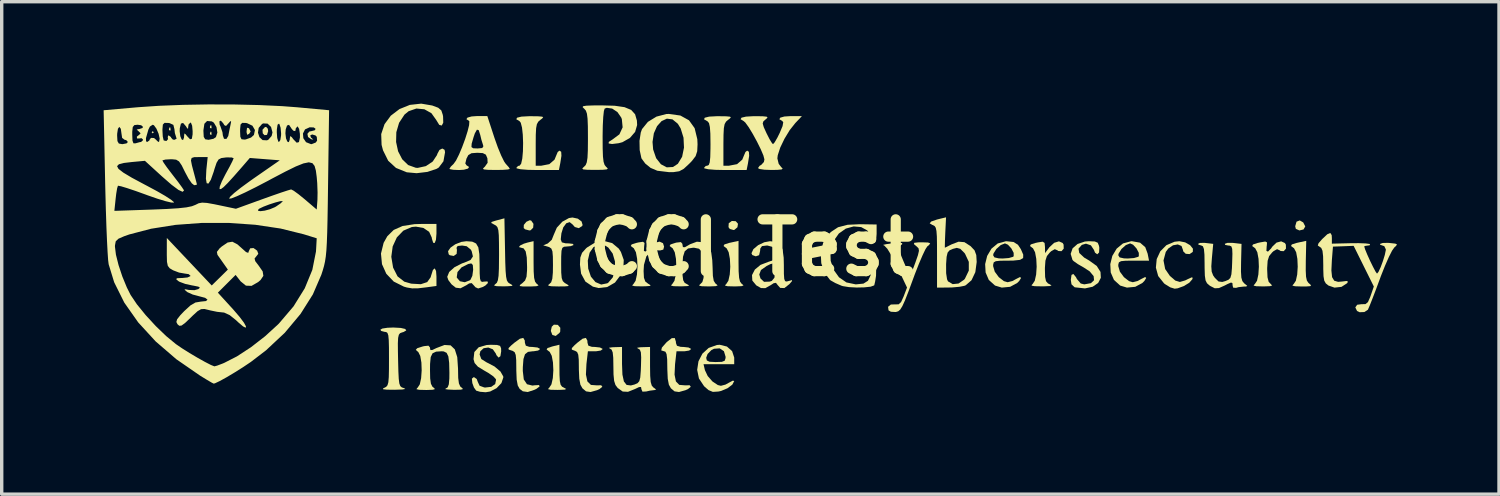
<source format=kicad_pcb>
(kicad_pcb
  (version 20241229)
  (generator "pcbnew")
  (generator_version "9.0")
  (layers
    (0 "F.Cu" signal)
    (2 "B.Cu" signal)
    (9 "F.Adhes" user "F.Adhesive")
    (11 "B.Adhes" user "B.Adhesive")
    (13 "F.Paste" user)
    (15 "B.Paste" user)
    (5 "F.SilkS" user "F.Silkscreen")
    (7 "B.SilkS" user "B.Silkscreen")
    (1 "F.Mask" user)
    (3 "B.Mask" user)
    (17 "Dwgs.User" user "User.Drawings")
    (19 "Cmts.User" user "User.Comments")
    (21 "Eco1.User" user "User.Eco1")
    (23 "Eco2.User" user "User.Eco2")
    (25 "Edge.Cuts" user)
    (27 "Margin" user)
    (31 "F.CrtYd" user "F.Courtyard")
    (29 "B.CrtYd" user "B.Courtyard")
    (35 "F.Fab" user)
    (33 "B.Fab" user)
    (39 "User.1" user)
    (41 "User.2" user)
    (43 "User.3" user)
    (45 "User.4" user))
  (footprint "CCI Test"
    (layer "F.Cu")
    (at 19.066 4.24)
    (property "Reference" "CCI Test" (at 0 0 0) (layer "F.SilkS") (effects (font (size 1.524 1.524) (thickness 0.3))))
    (attr board_only exclude_from_pos_files exclude_from_bom)
    (fp_poly (pts (xy -17.59 -3.397) (xy -17.621 -3.365) (xy -17.653 -3.397) (xy -17.621 -3.429)) (stroke (width 0) (type solid)) (fill yes) (layer "F.SilkS"))
    (fp_poly (pts (xy -17.103 -3.535) (xy -17.095 -3.459) (xy -17.103 -3.45) (xy -17.14 -3.459) (xy -17.145 -3.493) (xy -17.122 -3.545)) (stroke (width 0) (type solid)) (fill yes) (layer "F.SilkS"))
    (fp_poly (pts (xy -15.896 -3.598) (xy -15.889 -3.523) (xy -15.896 -3.514) (xy -15.934 -3.522) (xy -15.938 -3.556) (xy -15.915 -3.608)) (stroke (width 0) (type solid)) (fill yes) (layer "F.SilkS"))
    (fp_poly (pts (xy -15.896 -3.408) (xy -15.889 -3.332) (xy -15.896 -3.323) (xy -15.934 -3.332) (xy -15.938 -3.365) (xy -15.915 -3.418)) (stroke (width 0) (type solid)) (fill yes) (layer "F.SilkS"))
    (fp_poly (pts (xy -14.798 -3.52) (xy -14.783 -3.505) (xy -14.739 -3.419) (xy -14.783 -3.353) (xy -14.84 -3.322) (xy -14.859 -3.398) (xy -14.859 -3.429) (xy -14.846 -3.53)) (stroke (width 0) (type solid)) (fill yes) (layer "F.SilkS"))
    (fp_poly (pts (xy -14.235 -3.503) (xy -14.224 -3.429) (xy -14.258 -3.321) (xy -14.332 -3.312) (xy -14.383 -3.365) (xy -14.391 -3.471) (xy -14.321 -3.548) (xy -14.284 -3.556)) (stroke (width 0) (type solid)) (fill yes) (layer "F.SilkS"))
    (fp_poly (pts (xy 16.238 -0.744) (xy 16.298 -0.626) (xy 16.247 -0.537) (xy 16.125 -0.508) (xy 16.021 -0.555) (xy 16.002 -0.631) (xy 16.041 -0.766) (xy 16.136 -0.803)) (stroke (width 0) (type solid)) (fill yes) (layer "F.SilkS"))
    (fp_poly (pts (xy -0.463 -0.78) (xy -0.397 -0.705) (xy -0.413 -0.602) (xy -0.5 -0.527) (xy -0.525 -0.52) (xy -0.638 -0.552) (xy -0.676 -0.605) (xy -0.669 -0.72) (xy -0.578 -0.787)) (stroke (width 0) (type solid)) (fill yes) (layer "F.SilkS"))
    (fp_poly (pts (xy -6.483 -0.798) (xy -6.416 -0.702) (xy -6.425 -0.588) (xy -6.499 -0.514) (xy -6.537 -0.508) (xy -6.66 -0.54) (xy -6.703 -0.578) (xy -6.7 -0.671) (xy -6.625 -0.763) (xy -6.527 -0.808)) (stroke (width 0) (type solid)) (fill yes) (layer "F.SilkS"))
    (fp_poly (pts (xy -5.699 2.271) (xy -5.626 2.356) (xy -5.629 2.472) (xy -5.652 2.508) (xy -5.761 2.597) (xy -5.855 2.569) (xy -5.863 2.561) (xy -5.905 2.449) (xy -5.877 2.324) (xy -5.815 2.265)) (stroke (width 0) (type solid)) (fill yes) (layer "F.SilkS"))
    (fp_poly (pts (xy -0.381 0.405) (xy -0.378 0.695) (xy -0.364 0.884) (xy -0.337 0.997) (xy -0.292 1.059) (xy -0.27 1.074) (xy -0.234 1.112) (xy -0.295 1.132) (xy -0.467 1.139) (xy -0.508 1.139) (xy -0.7 1.134) (xy -0.779 1.116) (xy -0.758 1.082) (xy -0.746 1.074) (xy -0.68 0.973) (xy -0.639 0.788) (xy -0.624 0.56) (xy -0.635 0.329) (xy -0.671 0.134) (xy -0.732 0.017) (xy -0.746 0.008) (xy -0.821 -0.05) (xy -0.797 -0.096) (xy -0.66 -0.14) (xy -0.587 -0.156) (xy -0.381 -0.201)) (stroke (width 0) (type solid)) (fill yes) (layer "F.SilkS"))
    (fp_poly (pts (xy 16.314 0.385) (xy 16.312 0.67) (xy 16.321 0.855) (xy 16.346 0.968) (xy 16.392 1.036) (xy 16.418 1.058) (xy 16.47 1.106) (xy 16.444 1.132) (xy 16.321 1.141) (xy 16.189 1.141) (xy 15.998 1.135) (xy 15.92 1.116) (xy 15.942 1.082) (xy 15.954 1.074) (xy 16.021 0.973) (xy 16.061 0.788) (xy 16.076 0.56) (xy 16.066 0.329) (xy 16.03 0.134) (xy 15.968 0.017) (xy 15.955 0.008) (xy 15.879 -0.05) (xy 15.903 -0.096) (xy 16.038 -0.139) (xy 16.117 -0.157) (xy 16.327 -0.202)) (stroke (width 0) (type solid)) (fill yes) (layer "F.SilkS"))
    (fp_poly (pts (xy -6.413 0.408) (xy -6.41 0.698) (xy -6.397 0.886) (xy -6.369 0.999) (xy -6.323 1.06) (xy -6.302 1.074) (xy -6.266 1.112) (xy -6.326 1.133) (xy -6.498 1.141) (xy -6.539 1.141) (xy -6.733 1.14) (xy -6.819 1.128) (xy -6.814 1.097) (xy -6.745 1.044) (xy -6.663 0.965) (xy -6.62 0.852) (xy -6.605 0.665) (xy -6.604 0.573) (xy -6.613 0.288) (xy -6.645 0.11) (xy -6.706 0.02) (xy -6.782 0) (xy -6.844 -0.019) (xy -6.809 -0.064) (xy -6.701 -0.118) (xy -6.588 -0.152) (xy -6.413 -0.193)) (stroke (width 0) (type solid)) (fill yes) (layer "F.SilkS"))
    (fp_poly (pts (xy -5.652 3.462) (xy -5.65 3.744) (xy -5.64 3.926) (xy -5.617 4.033) (xy -5.575 4.09) (xy -5.509 4.125) (xy -5.509 4.126) (xy -5.452 4.158) (xy -5.496 4.177) (xy -5.65 4.184) (xy -5.715 4.185) (xy -5.907 4.181) (xy -5.986 4.164) (xy -5.965 4.13) (xy -5.953 4.122) (xy -5.887 4.021) (xy -5.846 3.836) (xy -5.831 3.608) (xy -5.842 3.377) (xy -5.878 3.182) (xy -5.939 3.065) (xy -5.953 3.056) (xy -6.029 2.997) (xy -6.002 2.952) (xy -5.861 2.906) (xy -5.826 2.897) (xy -5.652 2.855)) (stroke (width 0) (type solid)) (fill yes) (layer "F.SilkS"))
    (fp_poly (pts (xy -7.253 0.066) (xy -7.246 0.429) (xy -7.236 0.685) (xy -7.221 0.855) (xy -7.199 0.96) (xy -7.164 1.02) (xy -7.115 1.056) (xy -7.095 1.066) (xy -7.032 1.105) (xy -7.058 1.126) (xy -7.188 1.135) (xy -7.303 1.137) (xy -7.495 1.133) (xy -7.574 1.116) (xy -7.552 1.082) (xy -7.541 1.074) (xy -7.494 1.033) (xy -7.463 0.957) (xy -7.443 0.826) (xy -7.433 0.617) (xy -7.43 0.309) (xy -7.429 0.197) (xy -7.431 -0.138) (xy -7.436 -0.367) (xy -7.45 -0.515) (xy -7.476 -0.602) (xy -7.517 -0.65) (xy -7.572 -0.681) (xy -7.658 -0.727) (xy -7.648 -0.758) (xy -7.529 -0.796) (xy -7.493 -0.806) (xy -7.271 -0.865)) (stroke (width 0) (type solid)) (fill yes) (layer "F.SilkS"))
    (fp_poly (pts (xy 12.764 -0.157) (xy 12.908 -0.075) (xy 12.992 0.029) (xy 12.988 0.123) (xy 12.894 0.188) (xy 12.78 0.179) (xy 12.706 0.106) (xy 12.7 0.07) (xy 12.656 -0.051) (xy 12.546 -0.096) (xy 12.406 -0.071) (xy 12.268 0.023) (xy 12.193 0.124) (xy 12.126 0.375) (xy 12.175 0.628) (xy 12.314 0.83) (xy 12.473 0.967) (xy 12.607 1.008) (xy 12.766 0.962) (xy 12.839 0.926) (xy 12.954 0.873) (xy 12.986 0.884) (xy 12.974 0.929) (xy 12.884 1.032) (xy 12.722 1.13) (xy 12.543 1.195) (xy 12.454 1.206) (xy 12.325 1.167) (xy 12.168 1.07) (xy 12.141 1.048) (xy 11.97 0.834) (xy 11.902 0.587) (xy 11.926 0.335) (xy 12.032 0.106) (xy 12.211 -0.074) (xy 12.452 -0.176) (xy 12.593 -0.191)) (stroke (width 0) (type solid)) (fill yes) (layer "F.SilkS"))
    (fp_poly (pts (xy -4.1 -0.136) (xy -3.905 0.027) (xy -3.842 0.126) (xy -3.759 0.36) (xy -3.77 0.588) (xy -3.853 0.808) (xy -4.017 1.026) (xy -4.245 1.157) (xy -4.502 1.187) (xy -4.667 1.146) (xy -4.888 0.996) (xy -5.014 0.763) (xy -5.048 0.496) (xy -5.042 0.379) (xy -4.817 0.379) (xy -4.805 0.615) (xy -4.726 0.851) (xy -4.591 1.012) (xy -4.423 1.084) (xy -4.245 1.048) (xy -4.216 1.031) (xy -4.081 0.872) (xy -4.016 0.649) (xy -4.018 0.403) (xy -4.085 0.172) (xy -4.214 -0.004) (xy -4.297 -0.057) (xy -4.49 -0.09) (xy -4.65 -0.016) (xy -4.763 0.146) (xy -4.817 0.379) (xy -5.042 0.379) (xy -5.037 0.29) (xy -4.986 0.151) (xy -4.872 0.023) (xy -4.841 -0.005) (xy -4.596 -0.156) (xy -4.34 -0.198)) (stroke (width 0) (type solid)) (fill yes) (layer "F.SilkS"))
    (fp_poly (pts (xy -2.223 2.771) (xy -2.223 2.805) (xy -2.193 2.886) (xy -2.083 2.918) (xy -2 2.921) (xy -1.853 2.937) (xy -1.78 2.976) (xy -1.778 2.985) (xy -1.834 3.027) (xy -1.97 3.048) (xy -1.992 3.048) (xy -2.206 3.048) (xy -2.249 3.428) (xy -2.264 3.735) (xy -2.224 3.935) (xy -2.125 4.037) (xy -1.963 4.05) (xy -1.818 4.049) (xy -1.786 4.093) (xy -1.869 4.161) (xy -1.941 4.193) (xy -2.133 4.247) (xy -2.264 4.228) (xy -2.371 4.138) (xy -2.431 4.032) (xy -2.464 3.86) (xy -2.476 3.594) (xy -2.477 3.535) (xy -2.481 3.281) (xy -2.499 3.13) (xy -2.533 3.061) (xy -2.572 3.048) (xy -2.656 3.022) (xy -2.636 2.939) (xy -2.51 2.795) (xy -2.488 2.773) (xy -2.344 2.661) (xy -2.257 2.66)) (stroke (width 0) (type solid)) (fill yes) (layer "F.SilkS"))
    (fp_poly (pts (xy -4.83 2.734) (xy -4.826 2.798) (xy -4.8 2.883) (xy -4.699 2.917) (xy -4.604 2.921) (xy -4.457 2.937) (xy -4.383 2.976) (xy -4.381 2.985) (xy -4.437 3.027) (xy -4.574 3.048) (xy -4.598 3.048) (xy -4.814 3.048) (xy -4.857 3.423) (xy -4.872 3.733) (xy -4.829 3.935) (xy -4.725 4.038) (xy -4.566 4.05) (xy -4.422 4.049) (xy -4.389 4.093) (xy -4.473 4.161) (xy -4.544 4.193) (xy -4.736 4.247) (xy -4.868 4.228) (xy -4.975 4.138) (xy -5.035 4.031) (xy -5.068 3.855) (xy -5.08 3.585) (xy -5.08 3.543) (xy -5.083 3.296) (xy -5.098 3.148) (xy -5.132 3.07) (xy -5.192 3.034) (xy -5.213 3.028) (xy -5.287 3) (xy -5.287 2.955) (xy -5.204 2.867) (xy -5.134 2.804) (xy -4.971 2.678) (xy -4.873 2.655)) (stroke (width 0) (type solid)) (fill yes) (layer "F.SilkS"))
    (fp_poly (pts (xy -2.604 -0.133) (xy -2.572 -0.032) (xy -2.595 0.056) (xy -2.689 0.081) (xy -2.769 0.077) (xy -2.961 0.112) (xy -3.094 0.256) (xy -3.164 0.504) (xy -3.175 0.687) (xy -3.165 0.884) (xy -3.124 0.996) (xy -3.038 1.062) (xy -3.032 1.065) (xy -2.968 1.105) (xy -2.992 1.126) (xy -3.119 1.135) (xy -3.239 1.137) (xy -3.431 1.133) (xy -3.51 1.116) (xy -3.488 1.082) (xy -3.477 1.074) (xy -3.41 0.973) (xy -3.37 0.788) (xy -3.355 0.56) (xy -3.365 0.329) (xy -3.401 0.134) (xy -3.463 0.017) (xy -3.476 0.008) (xy -3.552 -0.051) (xy -3.526 -0.097) (xy -3.387 -0.141) (xy -3.326 -0.155) (xy -3.192 -0.175) (xy -3.147 -0.139) (xy -3.159 -0.035) (xy -3.166 0.095) (xy -3.117 0.113) (xy -3.013 0.017) (xy -2.97 -0.035) (xy -2.838 -0.147) (xy -2.704 -0.179)) (stroke (width 0) (type solid)) (fill yes) (layer "F.SilkS"))
    (fp_poly (pts (xy -6.672 2.73) (xy -6.668 2.798) (xy -6.641 2.883) (xy -6.54 2.917) (xy -6.445 2.921) (xy -6.298 2.937) (xy -6.225 2.976) (xy -6.223 2.985) (xy -6.279 3.027) (xy -6.415 3.048) (xy -6.438 3.048) (xy -6.577 3.066) (xy -6.665 3.135) (xy -6.711 3.278) (xy -6.729 3.516) (xy -6.73 3.628) (xy -6.701 3.877) (xy -6.607 4.018) (xy -6.447 4.057) (xy -6.382 4.049) (xy -6.253 4.042) (xy -6.234 4.081) (xy -6.326 4.152) (xy -6.385 4.181) (xy -6.584 4.247) (xy -6.729 4.226) (xy -6.822 4.155) (xy -6.878 4.056) (xy -6.91 3.884) (xy -6.921 3.614) (xy -6.921 3.559) (xy -6.924 3.308) (xy -6.938 3.157) (xy -6.969 3.076) (xy -7.026 3.037) (xy -7.064 3.025) (xy -7.145 2.998) (xy -7.151 2.957) (xy -7.073 2.878) (xy -6.985 2.802) (xy -6.816 2.679) (xy -6.716 2.655)) (stroke (width 0) (type solid)) (fill yes) (layer "F.SilkS"))
    (fp_poly (pts (xy -6.493 -3.87) (xy -6.27 -3.867) (xy -6.155 -3.856) (xy -6.131 -3.831) (xy -6.18 -3.787) (xy -6.207 -3.767) (xy -6.273 -3.711) (xy -6.315 -3.637) (xy -6.338 -3.517) (xy -6.348 -3.323) (xy -6.35 -3.04) (xy -6.35 -2.413) (xy -6.187 -2.413) (xy -5.949 -2.459) (xy -5.796 -2.592) (xy -5.753 -2.697) (xy -5.702 -2.817) (xy -5.65 -2.857) (xy -5.6 -2.823) (xy -5.593 -2.705) (xy -5.627 -2.487) (xy -5.628 -2.484) (xy -5.667 -2.286) (xy -6.294 -2.286) (xy -6.587 -2.292) (xy -6.798 -2.309) (xy -6.909 -2.335) (xy -6.921 -2.349) (xy -6.87 -2.406) (xy -6.826 -2.413) (xy -6.779 -2.471) (xy -6.745 -2.623) (xy -6.726 -2.837) (xy -6.721 -3.082) (xy -6.73 -3.325) (xy -6.753 -3.534) (xy -6.79 -3.678) (xy -6.826 -3.724) (xy -6.921 -3.78) (xy -6.899 -3.826) (xy -6.769 -3.858) (xy -6.542 -3.87)) (stroke (width 0) (type solid)) (fill yes) (layer "F.SilkS"))
    (fp_poly (pts (xy -10.322 2.361) (xy -10.191 2.391) (xy -10.159 2.434) (xy -10.24 2.481) (xy -10.289 2.495) (xy -10.343 2.517) (xy -10.378 2.562) (xy -10.399 2.653) (xy -10.407 2.811) (xy -10.405 3.059) (xy -10.4 3.31) (xy -10.392 3.636) (xy -10.381 3.857) (xy -10.364 3.995) (xy -10.335 4.073) (xy -10.29 4.112) (xy -10.224 4.134) (xy -10.223 4.134) (xy -10.19 4.158) (xy -10.277 4.173) (xy -10.478 4.18) (xy -10.509 4.181) (xy -10.734 4.178) (xy -10.842 4.165) (xy -10.841 4.14) (xy -10.811 4.126) (xy -10.752 4.096) (xy -10.712 4.048) (xy -10.687 3.959) (xy -10.674 3.808) (xy -10.669 3.571) (xy -10.668 3.272) (xy -10.669 2.942) (xy -10.675 2.719) (xy -10.688 2.581) (xy -10.713 2.509) (xy -10.752 2.481) (xy -10.795 2.477) (xy -10.898 2.45) (xy -10.922 2.413) (xy -10.864 2.379) (xy -10.713 2.356) (xy -10.541 2.349)) (stroke (width 0) (type solid)) (fill yes) (layer "F.SilkS"))
    (fp_poly (pts (xy 9.158 -0.139) (xy 9.186 -0.091) (xy 9.189 0.028) (xy 9.125 0.102) (xy 9.031 0.097) (xy 9.005 0.077) (xy 8.927 0.043) (xy 8.824 0.101) (xy 8.782 0.139) (xy 8.695 0.245) (xy 8.651 0.381) (xy 8.636 0.591) (xy 8.636 0.648) (xy 8.642 0.863) (xy 8.668 0.985) (xy 8.725 1.051) (xy 8.779 1.078) (xy 8.831 1.109) (xy 8.782 1.128) (xy 8.622 1.136) (xy 8.541 1.137) (xy 8.336 1.133) (xy 8.244 1.117) (xy 8.254 1.085) (xy 8.271 1.074) (xy 8.337 0.973) (xy 8.378 0.788) (xy 8.393 0.56) (xy 8.382 0.329) (xy 8.346 0.134) (xy 8.285 0.017) (xy 8.271 0.008) (xy 8.196 -0.05) (xy 8.22 -0.096) (xy 8.357 -0.14) (xy 8.43 -0.156) (xy 8.57 -0.177) (xy 8.627 -0.14) (xy 8.638 -0.021) (xy 8.64 0.159) (xy 8.77 -0.016) (xy 8.908 -0.144) (xy 9.049 -0.187)) (stroke (width 0) (type solid)) (fill yes) (layer "F.SilkS"))
    (fp_poly (pts (xy -9.271 -0.699) (xy -9.271 -0.413) (xy -9.286 -0.232) (xy -9.323 -0.139) (xy -9.367 -0.144) (xy -9.404 -0.261) (xy -9.41 -0.301) (xy -9.487 -0.468) (xy -9.653 -0.58) (xy -9.876 -0.62) (xy -9.996 -0.609) (xy -10.245 -0.502) (xy -10.437 -0.303) (xy -10.559 -0.038) (xy -10.6 0.267) (xy -10.547 0.586) (xy -10.546 0.588) (xy -10.416 0.844) (xy -10.218 0.999) (xy -10.013 1.058) (xy -9.73 1.074) (xy -9.543 1.012) (xy -9.441 0.868) (xy -9.43 0.826) (xy -9.375 0.655) (xy -9.322 0.608) (xy -9.283 0.685) (xy -9.271 0.845) (xy -9.271 1.126) (xy -9.566 1.166) (xy -9.812 1.195) (xy -9.987 1.197) (xy -10.141 1.171) (xy -10.229 1.146) (xy -10.529 0.996) (xy -10.747 0.767) (xy -10.874 0.485) (xy -10.904 0.173) (xy -10.826 -0.144) (xy -10.717 -0.338) (xy -10.529 -0.523) (xy -10.268 -0.639) (xy -9.916 -0.693) (xy -9.718 -0.699)) (stroke (width 0) (type solid)) (fill yes) (layer "F.SilkS"))
    (fp_poly (pts (xy -0.968 -3.87) (xy -0.745 -3.867) (xy -0.631 -3.856) (xy -0.607 -3.831) (xy -0.655 -3.787) (xy -0.683 -3.767) (xy -0.748 -3.711) (xy -0.79 -3.637) (xy -0.813 -3.517) (xy -0.823 -3.323) (xy -0.826 -3.04) (xy -0.826 -2.413) (xy -0.663 -2.413) (xy -0.424 -2.459) (xy -0.271 -2.592) (xy -0.228 -2.697) (xy -0.177 -2.817) (xy -0.126 -2.857) (xy -0.076 -2.823) (xy -0.068 -2.705) (xy -0.103 -2.487) (xy -0.103 -2.484) (xy -0.143 -2.286) (xy -0.77 -2.286) (xy -1.062 -2.292) (xy -1.273 -2.309) (xy -1.385 -2.335) (xy -1.397 -2.349) (xy -1.346 -2.406) (xy -1.302 -2.413) (xy -1.257 -2.434) (xy -1.229 -2.511) (xy -1.213 -2.664) (xy -1.207 -2.915) (xy -1.206 -3.05) (xy -1.21 -3.354) (xy -1.224 -3.552) (xy -1.25 -3.667) (xy -1.292 -3.719) (xy -1.302 -3.724) (xy -1.397 -3.78) (xy -1.374 -3.826) (xy -1.245 -3.858) (xy -1.017 -3.87)) (stroke (width 0) (type solid)) (fill yes) (layer "F.SilkS"))
    (fp_poly (pts (xy 10.105 -0.183) (xy 10.191 -0.146) (xy 10.228 -0.054) (xy 10.237 0) (xy 10.23 0.141) (xy 10.177 0.194) (xy 10.111 0.146) (xy 10.078 0.064) (xy 9.989 -0.07) (xy 9.844 -0.119) (xy 9.723 -0.083) (xy 9.624 0.029) (xy 9.647 0.155) (xy 9.792 0.291) (xy 9.938 0.377) (xy 10.16 0.536) (xy 10.272 0.712) (xy 10.282 0.886) (xy 10.203 1.037) (xy 10.043 1.148) (xy 9.815 1.198) (xy 9.528 1.167) (xy 9.509 1.163) (xy 9.418 1.078) (xy 9.398 0.948) (xy 9.419 0.8) (xy 9.473 0.773) (xy 9.551 0.868) (xy 9.577 0.921) (xy 9.69 1.053) (xy 9.794 1.079) (xy 9.99 1.044) (xy 10.082 0.957) (xy 10.07 0.836) (xy 9.954 0.697) (xy 9.778 0.582) (xy 9.604 0.482) (xy 9.479 0.393) (xy 9.447 0.359) (xy 9.394 0.182) (xy 9.45 0.019) (xy 9.596 -0.109) (xy 9.813 -0.182) (xy 9.931 -0.191)) (stroke (width 0) (type solid)) (fill yes) (layer "F.SilkS"))
    (fp_poly (pts (xy 15.698 -0.138) (xy 15.727 -0.091) (xy 15.73 0.028) (xy 15.665 0.102) (xy 15.572 0.097) (xy 15.545 0.077) (xy 15.468 0.043) (xy 15.365 0.101) (xy 15.323 0.139) (xy 15.235 0.246) (xy 15.191 0.384) (xy 15.177 0.598) (xy 15.177 0.643) (xy 15.187 0.872) (xy 15.222 1.006) (xy 15.288 1.074) (xy 15.324 1.112) (xy 15.263 1.132) (xy 15.09 1.139) (xy 15.05 1.139) (xy 14.857 1.134) (xy 14.778 1.116) (xy 14.799 1.082) (xy 14.811 1.074) (xy 14.878 0.973) (xy 14.918 0.788) (xy 14.933 0.56) (xy 14.923 0.329) (xy 14.887 0.134) (xy 14.825 0.017) (xy 14.812 0.008) (xy 14.736 -0.05) (xy 14.76 -0.095) (xy 14.893 -0.139) (xy 14.979 -0.158) (xy 15.122 -0.182) (xy 15.173 -0.155) (xy 15.165 -0.055) (xy 15.162 -0.039) (xy 15.155 0.094) (xy 15.201 0.115) (xy 15.291 0.024) (xy 15.329 -0.032) (xy 15.452 -0.15) (xy 15.589 -0.187)) (stroke (width 0) (type solid)) (fill yes) (layer "F.SilkS"))
    (fp_poly (pts (xy -2.093 -3.89) (xy -1.839 -3.75) (xy -1.673 -3.518) (xy -1.594 -3.194) (xy -1.587 -3.044) (xy -1.597 -2.839) (xy -1.643 -2.696) (xy -1.75 -2.556) (xy -1.834 -2.469) (xy -1.992 -2.323) (xy -2.125 -2.25) (xy -2.292 -2.225) (xy -2.421 -2.223) (xy -2.771 -2.265) (xy -2.97 -2.35) (xy -3.126 -2.477) (xy -3.233 -2.622) (xy -3.24 -2.639) (xy -3.29 -2.872) (xy -3.295 -3.113) (xy -2.912 -3.113) (xy -2.894 -2.891) (xy -2.806 -2.635) (xy -2.665 -2.456) (xy -2.493 -2.365) (xy -2.31 -2.375) (xy -2.166 -2.47) (xy -2.041 -2.676) (xy -1.986 -2.946) (xy -2 -3.238) (xy -2.084 -3.51) (xy -2.168 -3.648) (xy -2.325 -3.777) (xy -2.49 -3.798) (xy -2.646 -3.725) (xy -2.779 -3.577) (xy -2.873 -3.367) (xy -2.912 -3.113) (xy -3.295 -3.113) (xy -3.296 -3.143) (xy -3.258 -3.391) (xy -3.221 -3.491) (xy -3.049 -3.703) (xy -2.796 -3.858) (xy -2.506 -3.934) (xy -2.432 -3.937)) (stroke (width 0) (type solid)) (fill yes) (layer "F.SilkS"))
    (fp_poly (pts (xy -0.722 2.909) (xy -0.57 3.044) (xy -0.508 3.233) (xy -0.508 3.242) (xy -0.508 3.429) (xy -1.411 3.429) (xy -1.37 3.604) (xy -1.288 3.777) (xy -1.148 3.937) (xy -0.99 4.042) (xy -0.9 4.064) (xy -0.766 4.029) (xy -0.649 3.965) (xy -0.548 3.912) (xy -0.508 3.924) (xy -0.564 4.03) (xy -0.705 4.136) (xy -0.892 4.215) (xy -0.973 4.233) (xy -1.137 4.243) (xy -1.264 4.191) (xy -1.394 4.077) (xy -1.546 3.849) (xy -1.598 3.596) (xy -1.56 3.343) (xy -1.507 3.24) (xy -1.333 3.24) (xy -1.314 3.318) (xy -1.235 3.356) (xy -1.065 3.365) (xy -1.048 3.365) (xy -0.871 3.359) (xy -0.788 3.326) (xy -0.763 3.25) (xy -0.762 3.209) (xy -0.811 3.046) (xy -0.936 2.962) (xy -1.103 2.974) (xy -1.179 3.013) (xy -1.292 3.128) (xy -1.333 3.24) (xy -1.507 3.24) (xy -1.444 3.118) (xy -1.259 2.949) (xy -1.016 2.863) (xy -0.932 2.857)) (stroke (width 0) (type solid)) (fill yes) (layer "F.SilkS"))
    (fp_poly (pts (xy -9.396 -4.185) (xy -9.219 -4.119) (xy -9.128 -4.04) (xy -9.085 -3.911) (xy -9.076 -3.86) (xy -9.071 -3.68) (xy -9.115 -3.595) (xy -9.189 -3.615) (xy -9.273 -3.751) (xy -9.274 -3.754) (xy -9.419 -3.958) (xy -9.626 -4.074) (xy -9.861 -4.096) (xy -10.09 -4.017) (xy -10.211 -3.918) (xy -10.371 -3.676) (xy -10.452 -3.399) (xy -10.459 -3.111) (xy -10.4 -2.837) (xy -10.279 -2.603) (xy -10.104 -2.433) (xy -9.881 -2.353) (xy -9.822 -2.349) (xy -9.583 -2.401) (xy -9.38 -2.537) (xy -9.255 -2.728) (xy -9.245 -2.761) (xy -9.183 -2.877) (xy -9.099 -2.919) (xy -9.032 -2.881) (xy -9.018 -2.81) (xy -9.066 -2.542) (xy -9.202 -2.361) (xy -9.263 -2.323) (xy -9.537 -2.231) (xy -9.855 -2.193) (xy -10.142 -2.219) (xy -10.143 -2.219) (xy -10.462 -2.348) (xy -10.692 -2.56) (xy -10.844 -2.867) (xy -10.886 -3.027) (xy -10.897 -3.344) (xy -10.799 -3.636) (xy -10.614 -3.886) (xy -10.359 -4.08) (xy -10.054 -4.203) (xy -9.719 -4.24)) (stroke (width 0) (type solid)) (fill yes) (layer "F.SilkS"))
    (fp_poly (pts (xy 11.436 -0.148) (xy 11.589 -0.016) (xy 11.659 0.175) (xy 11.7 0.381) (xy 11.247 0.381) (xy 11.013 0.383) (xy 10.878 0.396) (xy 10.814 0.43) (xy 10.796 0.494) (xy 10.795 0.543) (xy 10.843 0.706) (xy 10.962 0.867) (xy 11.112 0.984) (xy 11.222 1.016) (xy 11.361 0.981) (xy 11.479 0.917) (xy 11.587 0.863) (xy 11.617 0.891) (xy 11.563 0.979) (xy 11.505 1.037) (xy 11.295 1.151) (xy 11.05 1.174) (xy 10.851 1.114) (xy 10.668 0.948) (xy 10.573 0.729) (xy 10.56 0.483) (xy 10.62 0.24) (xy 10.631 0.222) (xy 10.795 0.222) (xy 10.833 0.285) (xy 10.961 0.314) (xy 11.077 0.318) (xy 11.257 0.304) (xy 11.378 0.269) (xy 11.4 0.251) (xy 11.399 0.151) (xy 11.331 0.021) (xy 11.231 -0.088) (xy 11.143 -0.127) (xy 11.018 -0.077) (xy 10.889 0.038) (xy 10.805 0.172) (xy 10.795 0.222) (xy 10.631 0.222) (xy 10.747 0.028) (xy 10.933 -0.125) (xy 11.17 -0.19) (xy 11.197 -0.191)) (stroke (width 0) (type solid)) (fill yes) (layer "F.SilkS"))
    (fp_poly (pts (xy 3.683 -0.683) (xy 3.683 -0.405) (xy 3.668 -0.213) (xy 3.629 -0.136) (xy 3.574 -0.18) (xy 3.516 -0.332) (xy 3.408 -0.508) (xy 3.228 -0.607) (xy 3.007 -0.626) (xy 2.776 -0.562) (xy 2.571 -0.417) (xy 2.399 -0.172) (xy 2.322 0.105) (xy 2.331 0.387) (xy 2.419 0.651) (xy 2.576 0.871) (xy 2.795 1.022) (xy 3.067 1.079) (xy 3.073 1.079) (xy 3.295 1.057) (xy 3.429 0.973) (xy 3.51 0.803) (xy 3.526 0.746) (xy 3.582 0.602) (xy 3.635 0.574) (xy 3.669 0.651) (xy 3.666 0.822) (xy 3.665 0.831) (xy 3.639 0.997) (xy 3.615 1.099) (xy 3.609 1.11) (xy 3.507 1.147) (xy 3.321 1.167) (xy 3.095 1.172) (xy 2.87 1.16) (xy 2.69 1.131) (xy 2.651 1.119) (xy 2.47 1.041) (xy 2.33 0.962) (xy 2.313 0.949) (xy 2.147 0.735) (xy 2.054 0.455) (xy 2.039 0.15) (xy 2.108 -0.139) (xy 2.159 -0.239) (xy 2.333 -0.46) (xy 2.548 -0.602) (xy 2.831 -0.675) (xy 3.191 -0.691)) (stroke (width 0) (type solid)) (fill yes) (layer "F.SilkS"))
    (fp_poly (pts (xy -7.489 2.862) (xy -7.399 2.889) (xy -7.369 2.96) (xy -7.366 3.048) (xy -7.389 3.193) (xy -7.443 3.234) (xy -7.505 3.163) (xy -7.524 3.115) (xy -7.612 2.99) (xy -7.745 2.938) (xy -7.882 2.958) (xy -7.979 3.046) (xy -8.001 3.142) (xy -7.951 3.276) (xy -7.808 3.367) (xy -7.562 3.496) (xy -7.387 3.644) (xy -7.305 3.789) (xy -7.303 3.817) (xy -7.359 3.984) (xy -7.502 4.134) (xy -7.691 4.232) (xy -7.823 4.254) (xy -7.989 4.24) (xy -8.101 4.207) (xy -8.102 4.206) (xy -8.168 4.114) (xy -8.215 3.985) (xy -8.229 3.854) (xy -8.177 3.811) (xy -8.165 3.81) (xy -8.086 3.864) (xy -8.053 3.953) (xy -8.001 4.063) (xy -7.866 4.112) (xy -7.837 4.115) (xy -7.658 4.095) (xy -7.542 4.012) (xy -7.517 3.889) (xy -7.524 3.866) (xy -7.596 3.788) (xy -7.744 3.685) (xy -7.859 3.619) (xy -8.05 3.503) (xy -8.148 3.394) (xy -8.18 3.281) (xy -8.156 3.07) (xy -8.027 2.93) (xy -7.795 2.864) (xy -7.674 2.857)) (stroke (width 0) (type solid)) (fill yes) (layer "F.SilkS"))
    (fp_poly (pts (xy 7.713 -0.168) (xy 7.842 -0.087) (xy 7.928 0.043) (xy 7.998 0.204) (xy 7.995 0.305) (xy 7.902 0.358) (xy 7.705 0.379) (xy 7.556 0.381) (xy 7.324 0.383) (xy 7.191 0.397) (xy 7.13 0.431) (xy 7.113 0.498) (xy 7.112 0.543) (xy 7.16 0.706) (xy 7.279 0.867) (xy 7.429 0.984) (xy 7.539 1.016) (xy 7.678 0.981) (xy 7.796 0.917) (xy 7.904 0.863) (xy 7.934 0.891) (xy 7.88 0.979) (xy 7.822 1.037) (xy 7.612 1.151) (xy 7.367 1.174) (xy 7.168 1.114) (xy 6.985 0.949) (xy 6.891 0.729) (xy 6.877 0.483) (xy 6.937 0.24) (xy 6.948 0.222) (xy 7.112 0.222) (xy 7.15 0.285) (xy 7.278 0.314) (xy 7.394 0.318) (xy 7.574 0.304) (xy 7.695 0.269) (xy 7.717 0.251) (xy 7.716 0.151) (xy 7.648 0.021) (xy 7.548 -0.088) (xy 7.46 -0.127) (xy 7.335 -0.077) (xy 7.206 0.038) (xy 7.122 0.172) (xy 7.112 0.222) (xy 6.948 0.222) (xy 7.063 0.028) (xy 7.248 -0.125) (xy 7.483 -0.189) (xy 7.51 -0.19)) (stroke (width 0) (type solid)) (fill yes) (layer "F.SilkS"))
    (fp_poly (pts (xy -2.985 3.489) (xy -2.981 3.771) (xy -2.966 3.951) (xy -2.935 4.057) (xy -2.885 4.115) (xy -2.873 4.122) (xy -2.805 4.173) (xy -2.849 4.19) (xy -2.857 4.19) (xy -2.995 4.208) (xy -3.096 4.231) (xy -3.208 4.237) (xy -3.239 4.165) (xy -3.25 4.1) (xy -3.307 4.101) (xy -3.426 4.158) (xy -3.634 4.241) (xy -3.79 4.233) (xy -3.933 4.131) (xy -3.937 4.128) (xy -4.003 4.04) (xy -4.042 3.919) (xy -4.06 3.732) (xy -4.064 3.497) (xy -4.068 3.239) (xy -4.084 3.082) (xy -4.117 3) (xy -4.173 2.965) (xy -4.175 2.965) (xy -4.193 2.945) (xy -4.103 2.931) (xy -4.048 2.928) (xy -3.81 2.921) (xy -3.81 3.421) (xy -3.798 3.734) (xy -3.755 3.936) (xy -3.675 4.038) (xy -3.549 4.054) (xy -3.441 4.026) (xy -3.354 3.988) (xy -3.302 3.929) (xy -3.273 3.82) (xy -3.258 3.629) (xy -3.252 3.48) (xy -3.246 3.23) (xy -3.255 3.08) (xy -3.285 3.001) (xy -3.34 2.967) (xy -3.347 2.965) (xy -3.366 2.945) (xy -3.278 2.931) (xy -3.223 2.928) (xy -2.985 2.921)) (stroke (width 0) (type solid)) (fill yes) (layer "F.SilkS"))
    (fp_poly (pts (xy -5.111 -0.855) (xy -5 -0.772) (xy -4.97 -0.67) (xy -4.983 -0.638) (xy -5.081 -0.575) (xy -5.199 -0.609) (xy -5.264 -0.683) (xy -5.351 -0.753) (xy -5.45 -0.719) (xy -5.539 -0.599) (xy -5.594 -0.422) (xy -5.613 -0.244) (xy -5.58 -0.157) (xy -5.47 -0.129) (xy -5.376 -0.127) (xy -5.253 -0.112) (xy -5.237 -0.078) (xy -5.318 -0.046) (xy -5.438 -0.035) (xy -5.518 -0.028) (xy -5.567 0.006) (xy -5.591 0.092) (xy -5.6 0.258) (xy -5.601 0.476) (xy -5.599 0.732) (xy -5.585 0.891) (xy -5.553 0.983) (xy -5.494 1.039) (xy -5.452 1.063) (xy -5.383 1.106) (xy -5.393 1.129) (xy -5.5 1.139) (xy -5.683 1.14) (xy -5.888 1.135) (xy -5.98 1.118) (xy -5.971 1.086) (xy -5.953 1.074) (xy -5.895 1.018) (xy -5.861 0.912) (xy -5.845 0.73) (xy -5.842 0.512) (xy -5.845 0.261) (xy -5.858 0.108) (xy -5.89 0.026) (xy -5.948 -0.015) (xy -5.985 -0.028) (xy -6.128 -0.07) (xy -5.994 -0.125) (xy -5.878 -0.232) (xy -5.82 -0.378) (xy -5.729 -0.589) (xy -5.566 -0.766) (xy -5.371 -0.873) (xy -5.269 -0.889)) (stroke (width 0) (type solid)) (fill yes) (layer "F.SilkS"))
    (fp_poly (pts (xy 1.289 -3.667) (xy 1.125 -3.46) (xy 0.971 -3.206) (xy 0.846 -2.946) (xy 0.773 -2.721) (xy 0.762 -2.628) (xy 0.801 -2.469) (xy 0.873 -2.374) (xy 0.918 -2.329) (xy 0.888 -2.303) (xy 0.765 -2.291) (xy 0.587 -2.288) (xy 0.382 -2.295) (xy 0.238 -2.316) (xy 0.191 -2.343) (xy 0.241 -2.412) (xy 0.286 -2.436) (xy 0.365 -2.522) (xy 0.381 -2.597) (xy 0.351 -2.714) (xy 0.272 -2.9) (xy 0.162 -3.122) (xy 0.039 -3.347) (xy -0.081 -3.545) (xy -0.181 -3.683) (xy -0.231 -3.727) (xy -0.32 -3.782) (xy -0.293 -3.827) (xy -0.161 -3.858) (xy 0.067 -3.871) (xy 0.111 -3.871) (xy 0.333 -3.868) (xy 0.448 -3.856) (xy 0.473 -3.83) (xy 0.428 -3.785) (xy 0.417 -3.777) (xy 0.35 -3.718) (xy 0.331 -3.655) (xy 0.361 -3.549) (xy 0.444 -3.366) (xy 0.533 -3.192) (xy 0.605 -3.076) (xy 0.635 -3.048) (xy 0.682 -3.101) (xy 0.761 -3.237) (xy 0.83 -3.376) (xy 0.915 -3.579) (xy 0.935 -3.692) (xy 0.905 -3.731) (xy 0.821 -3.78) (xy 0.847 -3.827) (xy 0.968 -3.861) (xy 1.155 -3.873) (xy 1.485 -3.873)) (stroke (width 0) (type solid)) (fill yes) (layer "F.SilkS"))
    (fp_poly (pts (xy 5.195 -0.153) (xy 5.26 -0.13) (xy 5.225 -0.078) (xy 5.175 -0.039) (xy 5.121 0.043) (xy 5.035 0.223) (xy 4.927 0.476) (xy 4.807 0.782) (xy 4.744 0.953) (xy 4.614 1.305) (xy 4.516 1.555) (xy 4.44 1.721) (xy 4.378 1.82) (xy 4.32 1.871) (xy 4.255 1.891) (xy 4.242 1.893) (xy 4.103 1.885) (xy 4.034 1.845) (xy 4.02 1.739) (xy 4.102 1.672) (xy 4.228 1.668) (xy 4.33 1.667) (xy 4.403 1.6) (xy 4.477 1.437) (xy 4.478 1.434) (xy 4.578 1.173) (xy 4.285 0.555) (xy 4.126 0.24) (xy 3.998 0.031) (xy 3.905 -0.067) (xy 3.885 -0.073) (xy 3.879 -0.085) (xy 3.977 -0.106) (xy 4.096 -0.122) (xy 4.323 -0.143) (xy 4.434 -0.137) (xy 4.435 -0.102) (xy 4.386 -0.066) (xy 4.348 -0.016) (xy 4.354 0.078) (xy 4.409 0.243) (xy 4.477 0.407) (xy 4.565 0.611) (xy 4.633 0.76) (xy 4.667 0.825) (xy 4.668 0.826) (xy 4.695 0.771) (xy 4.752 0.628) (xy 4.825 0.433) (xy 4.899 0.22) (xy 4.929 0.092) (xy 4.917 0.018) (xy 4.866 -0.033) (xy 4.865 -0.034) (xy 4.781 -0.106) (xy 4.79 -0.144) (xy 4.907 -0.157) (xy 5.016 -0.159)) (stroke (width 0) (type solid)) (fill yes) (layer "F.SilkS"))
    (fp_poly (pts (xy 5.704 -0.447) (xy 5.695 -0.227) (xy 5.691 -0.068) (xy 5.691 -0.000311) (xy 5.692 0.000143) (xy 5.747 -0.026) (xy 5.871 -0.089) (xy 5.882 -0.095) (xy 6.095 -0.177) (xy 6.267 -0.163) (xy 6.447 -0.047) (xy 6.454 -0.04) (xy 6.565 0.078) (xy 6.616 0.216) (xy 6.628 0.42) (xy 6.588 0.72) (xy 6.476 0.957) (xy 6.306 1.105) (xy 6.265 1.122) (xy 6.122 1.15) (xy 5.913 1.169) (xy 5.794 1.172) (xy 5.461 1.175) (xy 5.461 0.499) (xy 5.728 0.499) (xy 5.729 0.751) (xy 5.756 0.93) (xy 5.783 0.99) (xy 5.923 1.072) (xy 6.094 1.054) (xy 6.256 0.943) (xy 6.282 0.912) (xy 6.396 0.674) (xy 6.396 0.416) (xy 6.284 0.176) (xy 6.261 0.148) (xy 6.145 0.033) (xy 6.043 0.005) (xy 5.928 0.034) (xy 5.828 0.078) (xy 5.772 0.145) (xy 5.743 0.268) (xy 5.728 0.482) (xy 5.728 0.499) (xy 5.461 0.499) (xy 5.461 0.274) (xy 5.46 -0.081) (xy 5.456 -0.329) (xy 5.444 -0.491) (xy 5.423 -0.587) (xy 5.389 -0.638) (xy 5.34 -0.665) (xy 5.324 -0.67) (xy 5.245 -0.717) (xy 5.289 -0.77) (xy 5.459 -0.829) (xy 5.546 -0.851) (xy 5.726 -0.894)) (stroke (width 0) (type solid)) (fill yes) (layer "F.SilkS"))
    (fp_poly (pts (xy -4.026 -4.178) (xy -3.736 -4.136) (xy -3.541 -4.055) (xy -3.425 -3.927) (xy -3.372 -3.743) (xy -3.365 -3.611) (xy -3.424 -3.409) (xy -3.578 -3.23) (xy -3.798 -3.105) (xy -3.91 -3.075) (xy -4.102 -3.052) (xy -4.203 -3.067) (xy -4.2 -3.114) (xy -4.096 -3.181) (xy -3.887 -3.336) (xy -3.792 -3.542) (xy -3.815 -3.783) (xy -3.833 -3.83) (xy -3.945 -3.992) (xy -4.1 -4.095) (xy -4.258 -4.117) (xy -4.321 -4.094) (xy -4.344 -4.02) (xy -4.363 -3.844) (xy -4.376 -3.592) (xy -4.381 -3.29) (xy -4.381 -3.258) (xy -4.379 -2.918) (xy -4.371 -2.683) (xy -4.353 -2.53) (xy -4.323 -2.437) (xy -4.279 -2.381) (xy -4.27 -2.374) (xy -4.228 -2.33) (xy -4.258 -2.305) (xy -4.378 -2.293) (xy -4.604 -2.29) (xy -4.831 -2.293) (xy -4.951 -2.304) (xy -4.98 -2.329) (xy -4.939 -2.373) (xy -4.931 -2.379) (xy -4.88 -2.431) (xy -4.847 -2.513) (xy -4.826 -2.647) (xy -4.816 -2.857) (xy -4.813 -3.167) (xy -4.813 -3.239) (xy -4.815 -3.569) (xy -4.824 -3.797) (xy -4.842 -3.943) (xy -4.873 -4.033) (xy -4.92 -4.089) (xy -4.931 -4.098) (xy -4.971 -4.139) (xy -4.951 -4.165) (xy -4.854 -4.18) (xy -4.661 -4.187) (xy -4.426 -4.189)) (stroke (width 0) (type solid)) (fill yes) (layer "F.SilkS"))
    (fp_poly (pts (xy -8.854 2.874) (xy -8.731 2.992) (xy -8.659 3.22) (xy -8.636 3.563) (xy -8.636 3.574) (xy -8.631 3.833) (xy -8.61 3.994) (xy -8.57 4.085) (xy -8.525 4.122) (xy -8.489 4.159) (xy -8.552 4.178) (xy -8.727 4.182) (xy -8.763 4.182) (xy -8.932 4.174) (xy -9.014 4.161) (xy -9.001 4.147) (xy -8.941 4.11) (xy -8.907 4.021) (xy -8.892 3.851) (xy -8.89 3.684) (xy -8.897 3.389) (xy -8.921 3.2) (xy -8.971 3.095) (xy -9.055 3.053) (xy -9.114 3.048) (xy -9.282 3.059) (xy -9.386 3.108) (xy -9.44 3.219) (xy -9.459 3.418) (xy -9.461 3.591) (xy -9.456 3.846) (xy -9.434 4.003) (xy -9.39 4.09) (xy -9.35 4.122) (xy -9.314 4.16) (xy -9.375 4.18) (xy -9.548 4.187) (xy -9.588 4.187) (xy -9.781 4.182) (xy -9.86 4.164) (xy -9.839 4.13) (xy -9.827 4.122) (xy -9.762 4.023) (xy -9.722 3.84) (xy -9.706 3.613) (xy -9.714 3.382) (xy -9.747 3.188) (xy -9.805 3.071) (xy -9.819 3.06) (xy -9.879 3.006) (xy -9.837 2.958) (xy -9.681 2.908) (xy -9.636 2.897) (xy -9.507 2.883) (xy -9.463 2.934) (xy -9.461 2.953) (xy -9.449 3.013) (xy -9.389 3.009) (xy -9.274 2.954) (xy -9.034 2.863)) (stroke (width 0) (type solid)) (fill yes) (layer "F.SilkS"))
    (fp_poly (pts (xy 14.192 -0.139) (xy 14.422 -0.112) (xy 14.409 0.43) (xy 14.406 0.703) (xy 14.417 0.878) (xy 14.447 0.983) (xy 14.5 1.048) (xy 14.513 1.058) (xy 14.591 1.122) (xy 14.559 1.142) (xy 14.495 1.143) (xy 14.334 1.161) (xy 14.261 1.182) (xy 14.176 1.176) (xy 14.161 1.118) (xy 14.154 1.041) (xy 14.113 1.025) (xy 14.006 1.071) (xy 13.93 1.111) (xy 13.758 1.188) (xy 13.635 1.194) (xy 13.505 1.128) (xy 13.476 1.108) (xy 13.406 1.046) (xy 13.364 0.962) (xy 13.343 0.825) (xy 13.336 0.605) (xy 13.335 0.473) (xy 13.331 0.204) (xy 13.316 0.04) (xy 13.286 -0.042) (xy 13.24 -0.064) (xy 13.155 -0.091) (xy 13.145 -0.114) (xy 13.2 -0.141) (xy 13.336 -0.142) (xy 13.367 -0.139) (xy 13.589 -0.113) (xy 13.55 0.309) (xy 13.533 0.549) (xy 13.544 0.704) (xy 13.587 0.816) (xy 13.638 0.888) (xy 13.746 0.994) (xy 13.855 1.008) (xy 13.947 0.982) (xy 14.039 0.943) (xy 14.094 0.887) (xy 14.124 0.784) (xy 14.14 0.603) (xy 14.147 0.427) (xy 14.154 0.18) (xy 14.148 0.034) (xy 14.123 -0.038) (xy 14.072 -0.062) (xy 14.032 -0.064) (xy 13.94 -0.083) (xy 13.931 -0.115) (xy 14.008 -0.142) (xy 14.159 -0.142)) (stroke (width 0) (type solid)) (fill yes) (layer "F.SilkS"))
    (fp_poly (pts (xy 0.725 -0.17) (xy 0.846 -0.095) (xy 0.916 0.054) (xy 0.948 0.296) (xy 0.953 0.517) (xy 0.954 0.768) (xy 0.964 0.916) (xy 0.989 0.984) (xy 1.036 0.995) (xy 1.095 0.98) (xy 1.192 0.954) (xy 1.194 0.981) (xy 1.117 1.071) (xy 0.969 1.188) (xy 0.846 1.183) (xy 0.773 1.102) (xy 0.721 1.034) (xy 0.653 1.045) (xy 0.566 1.102) (xy 0.409 1.19) (xy 0.281 1.188) (xy 0.141 1.108) (xy 0.025 0.967) (xy 0.016 0.805) (xy 0.025 0.788) (xy 0.229 0.788) (xy 0.265 0.905) (xy 0.37 1.004) (xy 0.536 0.998) (xy 0.598 0.977) (xy 0.675 0.884) (xy 0.699 0.692) (xy 0.693 0.52) (xy 0.655 0.458) (xy 0.555 0.484) (xy 0.447 0.538) (xy 0.279 0.657) (xy 0.229 0.788) (xy 0.025 0.788) (xy 0.1 0.643) (xy 0.267 0.505) (xy 0.504 0.414) (xy 0.51 0.412) (xy 0.678 0.356) (xy 0.738 0.268) (xy 0.707 0.117) (xy 0.701 0.101) (xy 0.619 -0.024) (xy 0.475 -0.063) (xy 0.446 -0.064) (xy 0.309 -0.047) (xy 0.259 0.025) (xy 0.254 0.095) (xy 0.224 0.22) (xy 0.127 0.254) (xy 0.024 0.216) (xy 0 0.163) (xy 0.056 0.043) (xy 0.195 -0.074) (xy 0.376 -0.16) (xy 0.544 -0.191)) (stroke (width 0) (type solid)) (fill yes) (layer "F.SilkS"))
    (fp_poly (pts (xy -1.407 -0.158) (xy -1.255 -0.049) (xy -1.225 0) (xy -1.183 0.146) (xy -1.154 0.367) (xy -1.144 0.584) (xy -1.136 0.828) (xy -1.11 0.976) (xy -1.057 1.057) (xy -1.032 1.074) (xy -0.996 1.112) (xy -1.057 1.132) (xy -1.229 1.139) (xy -1.27 1.139) (xy -1.462 1.134) (xy -1.541 1.116) (xy -1.52 1.082) (xy -1.508 1.074) (xy -1.446 1.011) (xy -1.411 0.892) (xy -1.398 0.687) (xy -1.397 0.581) (xy -1.41 0.3) (xy -1.455 0.123) (xy -1.545 0.03) (xy -1.69 0.000371) (xy -1.714 0) (xy -1.867 0.023) (xy -1.964 0.105) (xy -2.015 0.267) (xy -2.032 0.531) (xy -2.032 0.586) (xy -2.028 0.82) (xy -2.009 0.958) (xy -1.967 1.033) (xy -1.891 1.077) (xy -1.889 1.078) (xy -1.833 1.11) (xy -1.876 1.129) (xy -2.031 1.136) (xy -2.095 1.137) (xy -2.288 1.133) (xy -2.367 1.116) (xy -2.345 1.082) (xy -2.334 1.074) (xy -2.267 0.973) (xy -2.227 0.788) (xy -2.212 0.56) (xy -2.222 0.329) (xy -2.258 0.134) (xy -2.32 0.017) (xy -2.333 0.008) (xy -2.409 -0.051) (xy -2.382 -0.096) (xy -2.242 -0.142) (xy -2.207 -0.151) (xy -2.077 -0.165) (xy -2.033 -0.113) (xy -2.032 -0.096) (xy -2.018 -0.017) (xy -1.958 -0.015) (xy -1.827 -0.09) (xy -1.812 -0.1) (xy -1.606 -0.177)) (stroke (width 0) (type solid)) (fill yes) (layer "F.SilkS"))
    (fp_poly (pts (xy -8.218 -0.178) (xy -8.105 -0.124) (xy -8.039 -0.01) (xy -8.009 0.188) (xy -8.001 0.491) (xy -8.001 0.496) (xy -7.999 0.756) (xy -7.989 0.912) (xy -7.965 0.987) (xy -7.922 1.006) (xy -7.874 0.998) (xy -7.768 0.992) (xy -7.756 1.039) (xy -7.831 1.113) (xy -7.913 1.158) (xy -8.044 1.2) (xy -8.127 1.162) (xy -8.163 1.118) (xy -8.234 1.042) (xy -8.31 1.052) (xy -8.392 1.105) (xy -8.563 1.194) (xy -8.702 1.177) (xy -8.826 1.079) (xy -8.921 0.954) (xy -8.95 0.869) (xy -8.674 0.869) (xy -8.67 0.882) (xy -8.581 0.987) (xy -8.437 1.016) (xy -8.292 0.961) (xy -8.268 0.94) (xy -8.215 0.827) (xy -8.192 0.658) (xy -8.191 0.65) (xy -8.201 0.508) (xy -8.246 0.462) (xy -8.334 0.479) (xy -8.531 0.577) (xy -8.652 0.716) (xy -8.674 0.869) (xy -8.95 0.869) (xy -8.954 0.857) (xy -8.896 0.714) (xy -8.74 0.574) (xy -8.517 0.461) (xy -8.449 0.438) (xy -8.266 0.36) (xy -8.198 0.256) (xy -8.234 0.105) (xy -8.257 0.059) (xy -8.381 -0.043) (xy -8.516 -0.064) (xy -8.647 -0.051) (xy -8.681 0.003) (xy -8.668 0.064) (xy -8.677 0.182) (xy -8.763 0.243) (xy -8.877 0.222) (xy -8.91 0.195) (xy -8.93 0.103) (xy -8.857 -0.002) (xy -8.718 -0.1) (xy -8.543 -0.17) (xy -8.391 -0.191)) (stroke (width 0) (type solid)) (fill yes) (layer "F.SilkS"))
    (fp_poly (pts (xy -7.564 -3.232) (xy -7.465 -2.953) (xy -7.365 -2.71) (xy -7.278 -2.535) (xy -7.233 -2.47) (xy -7.143 -2.37) (xy -7.112 -2.318) (xy -7.17 -2.302) (xy -7.322 -2.291) (xy -7.536 -2.288) (xy -7.541 -2.288) (xy -7.763 -2.292) (xy -7.877 -2.304) (xy -7.902 -2.33) (xy -7.856 -2.376) (xy -7.85 -2.38) (xy -7.765 -2.499) (xy -7.772 -2.632) (xy -7.817 -2.738) (xy -7.907 -2.784) (xy -8.067 -2.794) (xy -8.24 -2.781) (xy -8.334 -2.725) (xy -8.388 -2.621) (xy -8.422 -2.479) (xy -8.386 -2.425) (xy -8.311 -2.376) (xy -8.343 -2.329) (xy -8.464 -2.295) (xy -8.604 -2.286) (xy -8.775 -2.293) (xy -8.877 -2.312) (xy -8.89 -2.323) (xy -8.847 -2.388) (xy -8.767 -2.466) (xy -8.695 -2.566) (xy -8.607 -2.742) (xy -8.514 -2.962) (xy -8.241 -2.962) (xy -8.189 -2.926) (xy -8.067 -2.921) (xy -8.058 -2.921) (xy -7.924 -2.933) (xy -7.89 -2.984) (xy -7.903 -3.032) (xy -7.949 -3.179) (xy -7.982 -3.318) (xy -8.027 -3.459) (xy -8.08 -3.474) (xy -8.142 -3.363) (xy -8.181 -3.247) (xy -8.235 -3.059) (xy -8.241 -2.962) (xy -8.514 -2.962) (xy -8.514 -2.963) (xy -8.426 -3.201) (xy -8.355 -3.426) (xy -8.31 -3.607) (xy -8.303 -3.717) (xy -8.315 -3.735) (xy -8.39 -3.783) (xy -8.358 -3.829) (xy -8.236 -3.863) (xy -8.078 -3.874) (xy -7.774 -3.874)) (stroke (width 0) (type solid)) (fill yes) (layer "F.SilkS"))
    (fp_poly (pts (xy 17.076 -0.37) (xy 17.081 -0.282) (xy 17.081 -0.119) (xy 17.623 -0.132) (xy 17.873 -0.134) (xy 18.073 -0.126) (xy 18.189 -0.111) (xy 18.205 -0.104) (xy 18.191 -0.07) (xy 18.14 -0.064) (xy 18.049 -0.05) (xy 18.034 -0.036) (xy 18.059 0.048) (xy 18.122 0.201) (xy 18.205 0.385) (xy 18.293 0.564) (xy 18.366 0.702) (xy 18.409 0.762) (xy 18.411 0.762) (xy 18.455 0.707) (xy 18.518 0.571) (xy 18.584 0.392) (xy 18.639 0.213) (xy 18.668 0.073) (xy 18.669 0.048) (xy 18.623 -0.046) (xy 18.57 -0.064) (xy 18.5 -0.088) (xy 18.502 -0.113) (xy 18.578 -0.139) (xy 18.732 -0.143) (xy 18.79 -0.138) (xy 18.949 -0.12) (xy 19 -0.093) (xy 18.959 -0.042) (xy 18.921 -0.009) (xy 18.853 0.087) (xy 18.756 0.278) (xy 18.642 0.539) (xy 18.521 0.843) (xy 18.493 0.921) (xy 18.379 1.228) (xy 18.277 1.495) (xy 18.197 1.698) (xy 18.147 1.813) (xy 18.141 1.826) (xy 18.037 1.893) (xy 17.898 1.899) (xy 17.822 1.863) (xy 17.771 1.756) (xy 17.826 1.679) (xy 17.955 1.662) (xy 18.068 1.661) (xy 18.142 1.602) (xy 18.207 1.456) (xy 18.223 1.412) (xy 18.316 1.142) (xy 18.019 0.544) (xy 17.722 -0.055) (xy 17.418 -0.043) (xy 17.113 -0.032) (xy 17.081 0.369) (xy 17.067 0.671) (xy 17.087 0.866) (xy 17.15 0.971) (xy 17.264 1.005) (xy 17.373 0.996) (xy 17.516 0.979) (xy 17.556 1) (xy 17.529 1.045) (xy 17.365 1.152) (xy 17.159 1.175) (xy 16.98 1.113) (xy 16.903 1.051) (xy 16.857 0.97) (xy 16.835 0.838) (xy 16.828 0.624) (xy 16.828 0.513) (xy 16.823 0.252) (xy 16.805 0.091) (xy 16.768 0.006) (xy 16.722 -0.027) (xy 16.667 -0.065) (xy 16.688 -0.13) (xy 16.793 -0.251) (xy 16.798 -0.256) (xy 16.947 -0.396) (xy 17.036 -0.434)) (stroke (width 0) (type solid)) (fill yes) (layer "F.SilkS"))
    (fp_poly (pts (xy -15.885 1.111) (xy -15.647 0.878) (xy -15.41 0.644) (xy -15.531 0.472) (xy -15.636 0.323) (xy -15.716 0.209) (xy -15.733 0.124) (xy -15.654 0.02) (xy -15.589 -0.036) (xy -15.417 -0.153) (xy -15.277 -0.176) (xy -15.131 -0.1) (xy -15.005 0.012) (xy -14.875 0.128) (xy -14.81 0.152) (xy -14.796 0.108) (xy -14.753 0.018) (xy -14.655 0.01) (xy -14.548 0.087) (xy -14.514 0.18) (xy -14.572 0.253) (xy -14.624 0.317) (xy -14.604 0.396) (xy -14.509 0.52) (xy -14.386 0.696) (xy -14.365 0.828) (xy -14.448 0.951) (xy -14.518 1.011) (xy -14.713 1.123) (xy -14.878 1.117) (xy -15.032 0.992) (xy -15.048 0.972) (xy -15.182 0.801) (xy -15.443 1.062) (xy -15.704 1.323) (xy -15.25 1.82) (xy -15.063 2.038) (xy -14.937 2.206) (xy -14.877 2.315) (xy -14.885 2.355) (xy -14.963 2.316) (xy -15.113 2.188) (xy -15.169 2.134) (xy -15.355 1.985) (xy -15.52 1.909) (xy -15.56 1.905) (xy -15.725 1.887) (xy -15.929 1.845) (xy -15.963 1.836) (xy -16.099 1.803) (xy -16.199 1.809) (xy -16.301 1.868) (xy -16.441 1.996) (xy -16.508 2.062) (xy -16.671 2.217) (xy -16.773 2.291) (xy -16.839 2.298) (xy -16.891 2.254) (xy -16.926 2.186) (xy -16.903 2.106) (xy -16.809 1.987) (xy -16.698 1.87) (xy -16.513 1.7) (xy -16.365 1.613) (xy -16.216 1.588) (xy -16.211 1.587) (xy -16.052 1.57) (xy -16.009 1.527) (xy -16.079 1.475) (xy -16.25 1.43) (xy -16.443 1.379) (xy -16.598 1.309) (xy -16.615 1.296) (xy -16.687 1.234) (xy -16.657 1.224) (xy -16.562 1.243) (xy -16.393 1.25) (xy -16.279 1.218) (xy -16.232 1.177) (xy -16.277 1.146) (xy -16.431 1.115) (xy -16.462 1.11) (xy -16.666 1.065) (xy -16.831 1.004) (xy -16.872 0.979) (xy -16.933 0.924) (xy -16.904 0.898) (xy -16.767 0.891) (xy -16.748 0.891) (xy -16.595 0.875) (xy -16.514 0.837) (xy -16.51 0.826) (xy -16.564 0.778) (xy -16.672 0.762) (xy -16.846 0.732) (xy -17.021 0.665) (xy -17.121 0.606) (xy -17.177 0.535) (xy -17.202 0.417) (xy -17.207 0.216) (xy -17.207 0.141) (xy -17.206 -0.286)) (stroke (width 0) (type solid)) (fill yes) (layer "F.SilkS"))
    (fp_poly (pts (xy -15.22 -4.215) (xy -14.483 -4.198) (xy -13.81 -4.166) (xy -13.375 -4.133) (xy -12.431 -4.046) (xy -12.461 -1.88) (xy -12.469 -1.297) (xy -12.477 -0.826) (xy -12.486 -0.45) (xy -12.497 -0.154) (xy -12.51 0.077) (xy -12.528 0.259) (xy -12.551 0.408) (xy -12.58 0.538) (xy -12.617 0.667) (xy -12.658 0.794) (xy -12.908 1.374) (xy -13.272 1.95) (xy -13.735 2.504) (xy -14.286 3.019) (xy -14.732 3.361) (xy -14.963 3.516) (xy -15.211 3.672) (xy -15.449 3.814) (xy -15.65 3.925) (xy -15.788 3.99) (xy -15.827 4) (xy -15.887 3.97) (xy -16.025 3.889) (xy -16.213 3.774) (xy -16.226 3.766) (xy -16.924 3.284) (xy -17.534 2.759) (xy -18.048 2.199) (xy -18.458 1.616) (xy -18.756 1.017) (xy -18.918 0.488) (xy -18.934 0.362) (xy -18.95 0.125) (xy -18.958 -0.03) (xy -18.733 -0.03) (xy -18.704 0.206) (xy -18.627 0.512) (xy -18.516 0.847) (xy -18.383 1.17) (xy -18.272 1.391) (xy -18.087 1.666) (xy -17.83 1.982) (xy -17.532 2.306) (xy -17.224 2.602) (xy -16.939 2.837) (xy -16.761 2.959) (xy -16.54 3.098) (xy -16.304 3.238) (xy -16.084 3.361) (xy -15.909 3.451) (xy -15.809 3.491) (xy -15.803 3.491) (xy -15.725 3.47) (xy -15.576 3.414) (xy -15.518 3.39) (xy -15.144 3.199) (xy -14.732 2.93) (xy -14.317 2.608) (xy -13.935 2.259) (xy -13.906 2.23) (xy -13.477 1.726) (xy -13.147 1.195) (xy -12.924 0.652) (xy -12.817 0.114) (xy -12.812 0.036) (xy -12.795 -0.277) (xy -13.176 -0.395) (xy -13.857 -0.564) (xy -14.604 -0.675) (xy -15.387 -0.73) (xy -16.178 -0.729) (xy -16.949 -0.672) (xy -17.67 -0.558) (xy -18.312 -0.39) (xy -18.463 -0.337) (xy -18.631 -0.264) (xy -18.71 -0.187) (xy -18.732 -0.068) (xy -18.733 -0.03) (xy -18.958 -0.03) (xy -18.967 -0.204) (xy -18.984 -0.608) (xy -18.999 -1.071) (xy -19 -1.085) (xy -18.75 -1.085) (xy -18.667 -1.087) (xy -14.524 -1.087) (xy -14.452 -1.075) (xy -14.324 -1.091) (xy -14.171 -1.132) (xy -14.026 -1.193) (xy -13.99 -1.214) (xy -13.86 -1.303) (xy -13.797 -1.363) (xy -13.797 -1.372) (xy -13.867 -1.369) (xy -14.013 -1.331) (xy -14.192 -1.273) (xy -14.362 -1.208) (xy -14.482 -1.151) (xy -14.507 -1.135) (xy -14.524 -1.087) (xy -18.667 -1.087) (xy -17.646 -1.122) (xy -17.203 -1.14) (xy -16.871 -1.161) (xy -16.632 -1.187) (xy -16.47 -1.22) (xy -16.367 -1.26) (xy -16.269 -1.308) (xy -16.167 -1.327) (xy -16.027 -1.318) (xy -15.813 -1.28) (xy -15.683 -1.253) (xy -15.173 -1.146) (xy -14.389 -1.43) (xy -14.092 -1.536) (xy -13.838 -1.624) (xy -13.649 -1.686) (xy -13.552 -1.714) (xy -13.545 -1.714) (xy -13.471 -1.676) (xy -13.331 -1.574) (xy -13.155 -1.431) (xy -13.141 -1.419) (xy -12.795 -1.124) (xy -12.774 -1.403) (xy -12.77 -1.626) (xy -12.78 -1.901) (xy -12.795 -2.08) (xy -12.82 -2.27) (xy -12.858 -2.407) (xy -12.922 -2.488) (xy -13.027 -2.513) (xy -13.185 -2.481) (xy -13.41 -2.391) (xy -13.715 -2.241) (xy -14.115 -2.031) (xy -14.229 -1.969) (xy -14.589 -1.781) (xy -14.899 -1.627) (xy -15.143 -1.515) (xy -15.307 -1.451) (xy -15.374 -1.442) (xy -15.345 -1.497) (xy -15.224 -1.61) (xy -15.025 -1.768) (xy -14.762 -1.96) (xy -14.656 -2.035) (xy -13.882 -2.572) (xy -14.764 -2.641) (xy -14.986 -2.384) (xy -15.235 -2.1) (xy -15.414 -1.904) (xy -15.536 -1.783) (xy -15.612 -1.727) (xy -15.652 -1.725) (xy -15.655 -1.727) (xy -15.648 -1.8) (xy -15.588 -1.951) (xy -15.487 -2.15) (xy -15.47 -2.182) (xy -15.358 -2.386) (xy -15.277 -2.545) (xy -15.241 -2.63) (xy -15.24 -2.634) (xy -15.296 -2.655) (xy -15.434 -2.658) (xy -15.475 -2.655) (xy -15.603 -2.638) (xy -15.684 -2.596) (xy -15.743 -2.498) (xy -15.804 -2.316) (xy -15.827 -2.236) (xy -15.911 -1.999) (xy -15.982 -1.887) (xy -16.033 -1.898) (xy -16.056 -2.03) (xy -16.044 -2.281) (xy -16.043 -2.295) (xy -16.004 -2.667) (xy -16.257 -2.667) (xy -16.4 -2.665) (xy -16.476 -2.641) (xy -16.496 -2.569) (xy -16.468 -2.423) (xy -16.415 -2.223) (xy -16.364 -2.031) (xy -16.329 -1.897) (xy -16.32 -1.857) (xy -16.371 -1.843) (xy -16.403 -1.841) (xy -16.471 -1.895) (xy -16.568 -2.034) (xy -16.669 -2.223) (xy -16.77 -2.426) (xy -16.848 -2.54) (xy -16.932 -2.591) (xy -17.05 -2.603) (xy -17.093 -2.603) (xy -17.248 -2.594) (xy -17.331 -2.572) (xy -17.335 -2.564) (xy -17.299 -2.5) (xy -17.202 -2.362) (xy -17.062 -2.178) (xy -17.018 -2.121) (xy -16.871 -1.93) (xy -16.76 -1.778) (xy -16.704 -1.693) (xy -16.701 -1.684) (xy -16.742 -1.645) (xy -16.864 -1.701) (xy -17.066 -1.852) (xy -17.347 -2.097) (xy -17.355 -2.104) (xy -17.851 -2.557) (xy -18.233 -2.522) (xy -18.469 -2.494) (xy -18.616 -2.456) (xy -18.671 -2.4) (xy -18.629 -2.32) (xy -18.485 -2.209) (xy -18.236 -2.06) (xy -17.876 -1.867) (xy -17.783 -1.818) (xy -17.494 -1.663) (xy -17.255 -1.525) (xy -17.085 -1.415) (xy -17.001 -1.345) (xy -16.998 -1.328) (xy -17.074 -1.329) (xy -17.245 -1.37) (xy -17.486 -1.443) (xy -17.774 -1.543) (xy -17.833 -1.565) (xy -18.125 -1.67) (xy -18.372 -1.753) (xy -18.552 -1.807) (xy -18.64 -1.824) (xy -18.645 -1.823) (xy -18.669 -1.747) (xy -18.696 -1.585) (xy -18.713 -1.438) (xy -18.75 -1.085) (xy -19 -1.085) (xy -19.013 -1.575) (xy -19.021 -1.911) (xy -19.05 -3.302) (xy -18.669 -3.302) (xy -18.66 -3.138) (xy -18.619 -3.066) (xy -18.524 -3.048) (xy -18.51 -3.048) (xy -18.391 -3.07) (xy -18.352 -3.111) (xy -18.403 -3.168) (xy -18.447 -3.175) (xy -18.522 -3.232) (xy -18.536 -3.327) (xy -18.224 -3.327) (xy -18.217 -3.149) (xy -18.188 -3.072) (xy -18.128 -3.072) (xy -18.124 -3.073) (xy -18.003 -3.107) (xy -17.965 -3.111) (xy -17.91 -3.161) (xy -17.907 -3.182) (xy -17.951 -3.223) (xy -17.821 -3.223) (xy -17.817 -3.131) (xy -17.784 -3.111) (xy -17.719 -3.157) (xy -17.716 -3.175) (xy -17.673 -3.232) (xy -17.583 -3.228) (xy -17.512 -3.168) (xy -17.508 -3.159) (xy -17.456 -3.112) (xy -17.433 -3.123) (xy -17.417 -3.212) (xy -17.449 -3.355) (xy -17.487 -3.444) (xy -17.335 -3.444) (xy -17.326 -3.275) (xy -17.302 -3.167) (xy -17.295 -3.156) (xy -17.219 -3.14) (xy -17.17 -3.195) (xy -17.179 -3.243) (xy -17.17 -3.298) (xy -17.149 -3.302) (xy -17.084 -3.256) (xy -17.081 -3.239) (xy -17.03 -3.183) (xy -16.983 -3.175) (xy -16.918 -3.208) (xy -16.932 -3.253) (xy -16.97 -3.374) (xy -16.976 -3.429) (xy -16.828 -3.429) (xy -16.81 -3.282) (xy -16.771 -3.188) (xy -16.729 -3.167) (xy -16.701 -3.241) (xy -16.698 -3.286) (xy -16.69 -3.363) (xy -16.651 -3.336) (xy -16.612 -3.286) (xy -16.522 -3.191) (xy -16.47 -3.205) (xy -16.448 -3.336) (xy -16.447 -3.425) (xy -16.129 -3.425) (xy -16.12 -3.263) (xy -16.077 -3.191) (xy -15.98 -3.175) (xy -15.978 -3.175) (xy -15.833 -3.206) (xy -15.761 -3.254) (xy -15.719 -3.388) (xy -15.745 -3.55) (xy -15.823 -3.68) (xy -15.881 -3.717) (xy -15.902 -3.719) (xy -15.659 -3.719) (xy -15.652 -3.624) (xy -15.626 -3.566) (xy -15.569 -3.398) (xy -15.557 -3.301) (xy -15.523 -3.205) (xy -15.453 -3.201) (xy -15.398 -3.289) (xy -15.395 -3.305) (xy -15.371 -3.429) (xy -15.05 -3.429) (xy -15.043 -3.264) (xy -15.008 -3.192) (xy -14.922 -3.182) (xy -14.881 -3.187) (xy -14.728 -3.242) (xy -14.643 -3.318) (xy -14.629 -3.385) (xy -14.524 -3.385) (xy -14.481 -3.254) (xy -14.388 -3.167) (xy -14.259 -3.16) (xy -14.22 -3.177) (xy -14.122 -3.288) (xy -14.097 -3.392) (xy -14.099 -3.401) (xy -13.97 -3.401) (xy -13.958 -3.229) (xy -13.926 -3.126) (xy -13.906 -3.111) (xy -13.866 -3.168) (xy -13.844 -3.308) (xy -13.843 -3.362) (xy -13.843 -3.365) (xy -13.716 -3.365) (xy -13.699 -3.217) (xy -13.66 -3.123) (xy -13.617 -3.105) (xy -13.588 -3.182) (xy -13.586 -3.223) (xy -13.572 -3.287) (xy -13.526 -3.25) (xy -13.483 -3.192) (xy -13.384 -3.09) (xy -13.318 -3.108) (xy -13.289 -3.242) (xy -13.29 -3.352) (xy -13.292 -3.361) (xy -13.2 -3.361) (xy -13.189 -3.223) (xy -13.109 -3.105) (xy -12.966 -3.049) (xy -12.944 -3.048) (xy -12.824 -3.095) (xy -12.784 -3.15) (xy -12.793 -3.263) (xy -12.831 -3.304) (xy -12.93 -3.333) (xy -12.987 -3.303) (xy -12.963 -3.24) (xy -12.945 -3.226) (xy -12.894 -3.182) (xy -12.954 -3.191) (xy -13.05 -3.258) (xy -13.069 -3.352) (xy -13.01 -3.42) (xy -12.959 -3.429) (xy -12.853 -3.456) (xy -12.827 -3.497) (xy -12.881 -3.539) (xy -13.002 -3.544) (xy -13.139 -3.482) (xy -13.2 -3.361) (xy -13.292 -3.361) (xy -13.313 -3.498) (xy -13.355 -3.566) (xy -13.367 -3.566) (xy -13.416 -3.502) (xy -13.414 -3.486) (xy -13.427 -3.431) (xy -13.487 -3.446) (xy -13.546 -3.517) (xy -13.548 -3.524) (xy -13.61 -3.616) (xy -13.669 -3.596) (xy -13.708 -3.48) (xy -13.716 -3.365) (xy -13.843 -3.365) (xy -13.858 -3.531) (xy -13.894 -3.639) (xy -13.906 -3.651) (xy -13.947 -3.621) (xy -13.968 -3.483) (xy -13.97 -3.401) (xy -14.099 -3.401) (xy -14.139 -3.554) (xy -14.241 -3.652) (xy -14.37 -3.658) (xy -14.404 -3.641) (xy -14.503 -3.526) (xy -14.524 -3.385) (xy -14.629 -3.385) (xy -14.613 -3.463) (xy -14.687 -3.59) (xy -14.845 -3.665) (xy -14.881 -3.671) (xy -14.988 -3.674) (xy -15.036 -3.625) (xy -15.049 -3.493) (xy -15.05 -3.429) (xy -15.371 -3.429) (xy -15.371 -3.432) (xy -15.338 -3.588) (xy -15.314 -3.712) (xy -15.332 -3.727) (xy -15.389 -3.663) (xy -15.464 -3.583) (xy -15.512 -3.605) (xy -15.547 -3.662) (xy -15.617 -3.74) (xy -15.659 -3.719) (xy -15.902 -3.719) (xy -16.022 -3.729) (xy -16.101 -3.648) (xy -16.129 -3.459) (xy -16.129 -3.425) (xy -16.447 -3.425) (xy -16.447 -3.429) (xy -16.461 -3.588) (xy -16.496 -3.677) (xy -16.51 -3.683) (xy -16.565 -3.63) (xy -16.575 -3.572) (xy -16.583 -3.495) (xy -16.616 -3.529) (xy -16.642 -3.572) (xy -16.728 -3.672) (xy -16.791 -3.653) (xy -16.824 -3.517) (xy -16.828 -3.429) (xy -16.976 -3.429) (xy -16.983 -3.491) (xy -17.014 -3.615) (xy -17.125 -3.666) (xy -17.161 -3.671) (xy -17.274 -3.674) (xy -17.323 -3.624) (xy -17.335 -3.488) (xy -17.335 -3.444) (xy -17.487 -3.444) (xy -17.512 -3.503) (xy -17.585 -3.603) (xy -17.622 -3.619) (xy -17.704 -3.566) (xy -17.749 -3.477) (xy -17.796 -3.311) (xy -17.821 -3.223) (xy -17.951 -3.223) (xy -17.953 -3.224) (xy -18.002 -3.216) (xy -18.084 -3.215) (xy -18.088 -3.269) (xy -18.018 -3.324) (xy -17.978 -3.367) (xy -18.034 -3.423) (xy -18.093 -3.477) (xy -18.036 -3.491) (xy -18.018 -3.492) (xy -17.924 -3.522) (xy -17.907 -3.556) (xy -17.961 -3.604) (xy -18.066 -3.619) (xy -18.163 -3.608) (xy -18.209 -3.551) (xy -18.224 -3.415) (xy -18.224 -3.327) (xy -18.536 -3.327) (xy -18.542 -3.365) (xy -18.56 -3.499) (xy -18.605 -3.556) (xy -18.605 -3.556) (xy -18.645 -3.5) (xy -18.667 -3.359) (xy -18.669 -3.302) (xy -19.05 -3.302) (xy -19.066 -4.045) (xy -18.058 -4.134) (xy -17.437 -4.176) (xy -16.733 -4.204) (xy -15.982 -4.217)) (stroke (width 0) (type solid)) (fill yes) (layer "F.SilkS")))
  (gr_rect
    (start -3 -3)
    (end 41.066 11.494)
    (stroke (width 0.1) (type default))
    (fill no)
    (layer "Edge.Cuts")))
</source>
